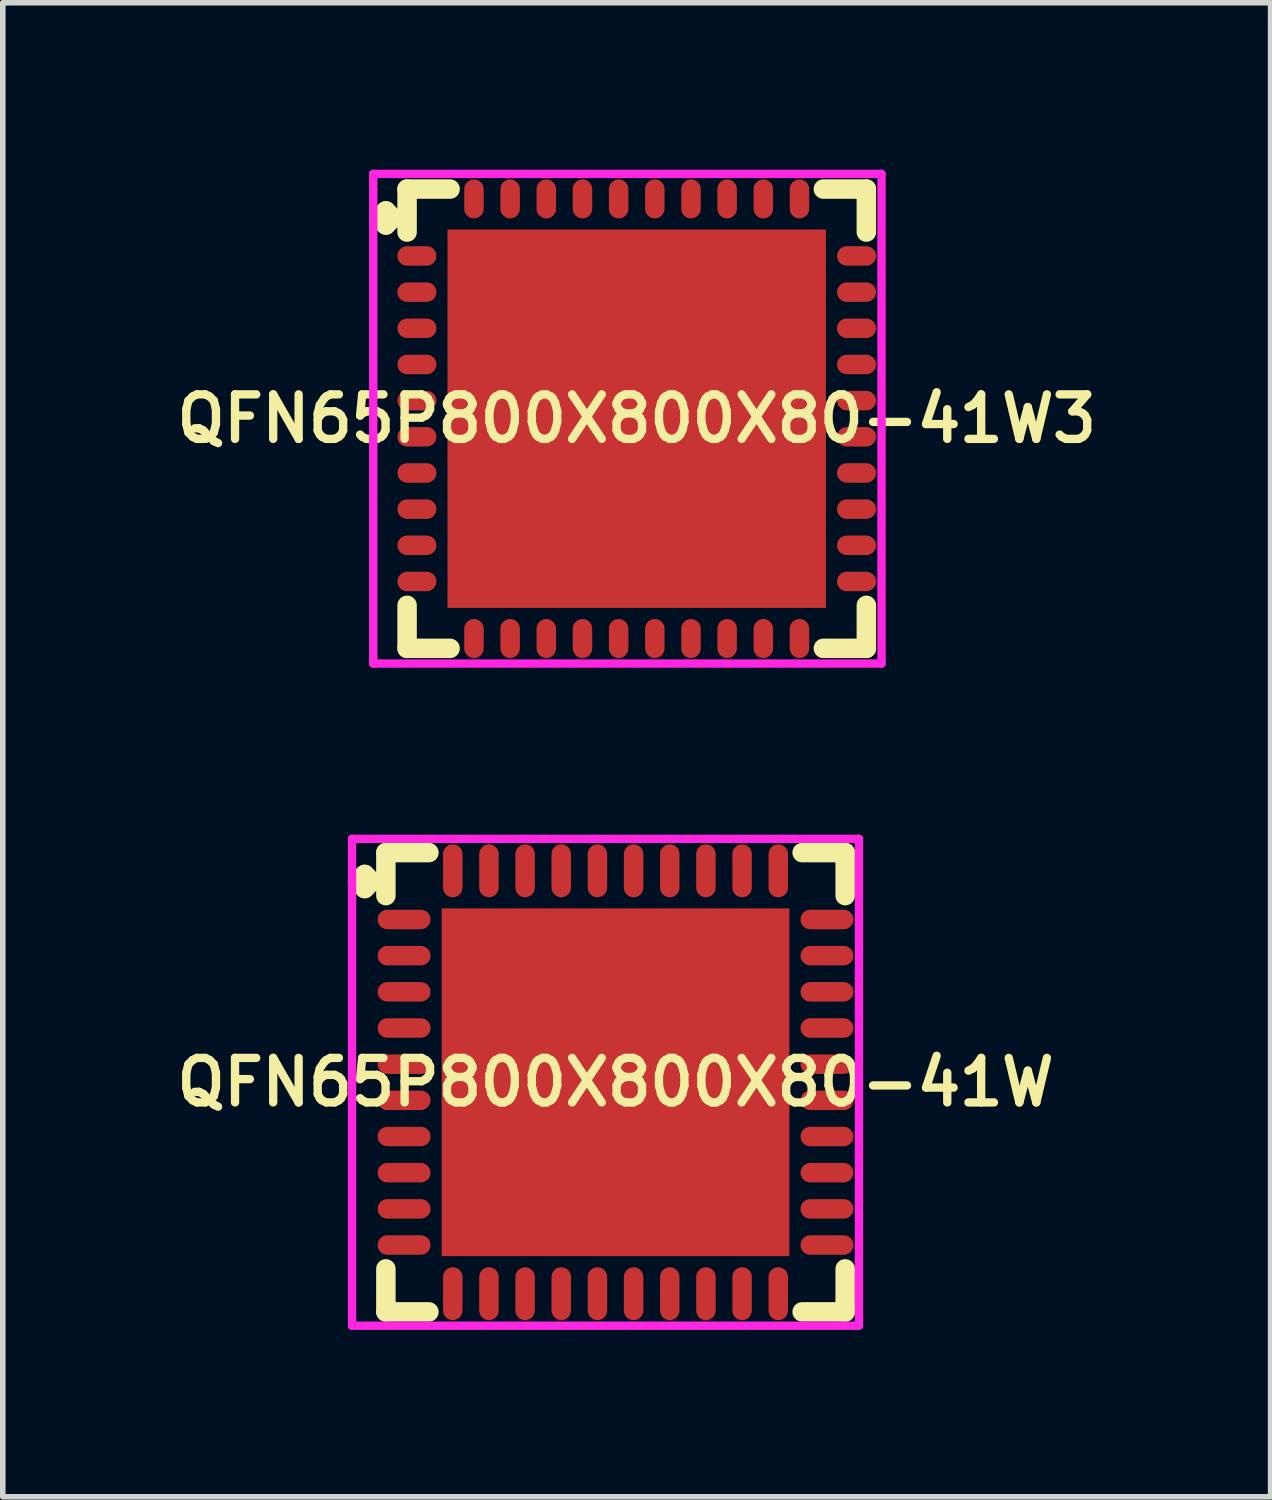
<source format=kicad_pcb>
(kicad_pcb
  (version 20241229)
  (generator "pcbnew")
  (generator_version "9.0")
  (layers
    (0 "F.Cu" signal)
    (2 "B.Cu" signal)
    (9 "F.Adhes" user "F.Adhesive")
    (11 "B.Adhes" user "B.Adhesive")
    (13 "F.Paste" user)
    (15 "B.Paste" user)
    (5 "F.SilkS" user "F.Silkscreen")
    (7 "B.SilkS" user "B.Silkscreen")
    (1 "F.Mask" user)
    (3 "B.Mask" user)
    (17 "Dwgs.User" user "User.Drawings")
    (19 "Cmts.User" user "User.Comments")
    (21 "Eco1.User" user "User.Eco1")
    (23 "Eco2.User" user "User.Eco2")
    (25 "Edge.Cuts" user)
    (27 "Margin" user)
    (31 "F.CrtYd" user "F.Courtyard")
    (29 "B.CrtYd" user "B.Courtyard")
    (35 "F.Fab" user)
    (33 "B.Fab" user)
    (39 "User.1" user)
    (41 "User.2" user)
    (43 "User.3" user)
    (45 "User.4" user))
  (footprint "QFN65P800X800X80-41W"
    (layer "F.Cu")
    (at 8.012 16.4)
    (property "Reference" "QFN65P800X800X80-41W" (at 0 0 0) (layer "F.SilkS") (effects (font (size 0.8 0.8) (thickness 0.15))))
    (attr through_hole)
    (fp_line (start -4.635 -3.608) (end -4.508 -3.735) (stroke (width 0.35) (type solid)) (layer "F.SilkS"))
    (fp_line (start -4.508 -3.735) (end -4.381 -3.608) (stroke (width 0.35) (type solid)) (layer "F.SilkS"))
    (fp_line (start -4.508 -3.481) (end -4.635 -3.608) (stroke (width 0.35) (type solid)) (layer "F.SilkS"))
    (fp_line (start -4.381 -3.608) (end -4.508 -3.481) (stroke (width 0.35) (type solid)) (layer "F.SilkS"))
    (fp_line (start -4.127 -4.127) (end -3.354 -4.127) (stroke (width 0.35) (type solid)) (layer "F.SilkS"))
    (fp_line (start -4.127 -3.354) (end -4.127 -4.127) (stroke (width 0.35) (type solid)) (layer "F.SilkS"))
    (fp_line (start -4.127 3.354) (end -4.127 4.127) (stroke (width 0.35) (type solid)) (layer "F.SilkS"))
    (fp_line (start -4.127 4.127) (end -3.354 4.127) (stroke (width 0.35) (type solid)) (layer "F.SilkS"))
    (fp_line (start 3.354 -4.127) (end 4.127 -4.127) (stroke (width 0.35) (type solid)) (layer "F.SilkS"))
    (fp_line (start 3.354 4.127) (end 4.127 4.127) (stroke (width 0.35) (type solid)) (layer "F.SilkS"))
    (fp_line (start 4.127 -4.127) (end 4.127 -3.354) (stroke (width 0.35) (type solid)) (layer "F.SilkS"))
    (fp_line (start 4.127 4.127) (end 4.127 3.354) (stroke (width 0.35) (type solid)) (layer "F.SilkS"))
    (fp_line (start -4.735 -4.375) (end 4.375 -4.375) (stroke (width 0.15) (type solid)) (layer "F.CrtYd"))
    (fp_line (start -4.735 4.375) (end -4.735 -4.375) (stroke (width 0.15) (type solid)) (layer "F.CrtYd"))
    (fp_line (start 4.375 -4.375) (end 4.375 4.375) (stroke (width 0.15) (type solid)) (layer "F.CrtYd"))
    (fp_line (start 4.375 4.375) (end -4.735 4.375) (stroke (width 0.15) (type solid)) (layer "F.CrtYd"))
    (pad "1" smd oval (at -3.8 -2.925) (size 0.95 0.35) (layers "F.Cu" "F.Mask" "F.Paste"))
    (pad "2" smd oval (at -3.8 -2.275) (size 0.95 0.35) (layers "F.Cu" "F.Mask" "F.Paste"))
    (pad "3" smd oval (at -3.8 -1.625) (size 0.95 0.35) (layers "F.Cu" "F.Mask" "F.Paste"))
    (pad "4" smd oval (at -3.8 -0.975) (size 0.95 0.35) (layers "F.Cu" "F.Mask" "F.Paste"))
    (pad "5" smd oval (at -3.8 -0.325) (size 0.95 0.35) (layers "F.Cu" "F.Mask" "F.Paste"))
    (pad "6" smd oval (at -3.8 0.325) (size 0.95 0.35) (layers "F.Cu" "F.Mask" "F.Paste"))
    (pad "7" smd oval (at -3.8 0.975) (size 0.95 0.35) (layers "F.Cu" "F.Mask" "F.Paste"))
    (pad "8" smd oval (at -3.8 1.625) (size 0.95 0.35) (layers "F.Cu" "F.Mask" "F.Paste"))
    (pad "9" smd oval (at -3.8 2.275) (size 0.95 0.35) (layers "F.Cu" "F.Mask" "F.Paste"))
    (pad "10" smd oval (at -3.8 2.925) (size 0.95 0.35) (layers "F.Cu" "F.Mask" "F.Paste"))
    (pad "11" smd oval (at -2.925 3.8) (size 0.35 0.95) (layers "F.Cu" "F.Mask" "F.Paste"))
    (pad "12" smd oval (at -2.275 3.8) (size 0.35 0.95) (layers "F.Cu" "F.Mask" "F.Paste"))
    (pad "13" smd oval (at -1.625 3.8) (size 0.35 0.95) (layers "F.Cu" "F.Mask" "F.Paste"))
    (pad "14" smd oval (at -0.975 3.8) (size 0.35 0.95) (layers "F.Cu" "F.Mask" "F.Paste"))
    (pad "15" smd oval (at -0.325 3.8) (size 0.35 0.95) (layers "F.Cu" "F.Mask" "F.Paste"))
    (pad "16" smd oval (at 0.325 3.8) (size 0.35 0.95) (layers "F.Cu" "F.Mask" "F.Paste"))
    (pad "17" smd oval (at 0.975 3.8) (size 0.35 0.95) (layers "F.Cu" "F.Mask" "F.Paste"))
    (pad "18" smd oval (at 1.625 3.8) (size 0.35 0.95) (layers "F.Cu" "F.Mask" "F.Paste"))
    (pad "19" smd oval (at 2.275 3.8) (size 0.35 0.95) (layers "F.Cu" "F.Mask" "F.Paste"))
    (pad "20" smd oval (at 2.925 3.8) (size 0.35 0.95) (layers "F.Cu" "F.Mask" "F.Paste"))
    (pad "21" smd oval (at 3.8 2.925) (size 0.95 0.35) (layers "F.Cu" "F.Mask" "F.Paste"))
    (pad "22" smd oval (at 3.8 2.275) (size 0.95 0.35) (layers "F.Cu" "F.Mask" "F.Paste"))
    (pad "23" smd oval (at 3.8 1.625) (size 0.95 0.35) (layers "F.Cu" "F.Mask" "F.Paste"))
    (pad "24" smd oval (at 3.8 0.975) (size 0.95 0.35) (layers "F.Cu" "F.Mask" "F.Paste"))
    (pad "25" smd oval (at 3.8 0.325) (size 0.95 0.35) (layers "F.Cu" "F.Mask" "F.Paste"))
    (pad "26" smd oval (at 3.8 -0.325) (size 0.95 0.35) (layers "F.Cu" "F.Mask" "F.Paste"))
    (pad "27" smd oval (at 3.8 -0.975) (size 0.95 0.35) (layers "F.Cu" "F.Mask" "F.Paste"))
    (pad "28" smd oval (at 3.8 -1.625) (size 0.95 0.35) (layers "F.Cu" "F.Mask" "F.Paste"))
    (pad "29" smd oval (at 3.8 -2.275) (size 0.95 0.35) (layers "F.Cu" "F.Mask" "F.Paste"))
    (pad "30" smd oval (at 3.8 -2.925) (size 0.95 0.35) (layers "F.Cu" "F.Mask" "F.Paste"))
    (pad "31" smd oval (at 2.925 -3.8) (size 0.35 0.95) (layers "F.Cu" "F.Mask" "F.Paste"))
    (pad "32" smd oval (at 2.275 -3.8) (size 0.35 0.95) (layers "F.Cu" "F.Mask" "F.Paste"))
    (pad "33" smd oval (at 1.625 -3.8) (size 0.35 0.95) (layers "F.Cu" "F.Mask" "F.Paste"))
    (pad "34" smd oval (at 0.975 -3.8) (size 0.35 0.95) (layers "F.Cu" "F.Mask" "F.Paste"))
    (pad "35" smd oval (at 0.325 -3.8) (size 0.35 0.95) (layers "F.Cu" "F.Mask" "F.Paste"))
    (pad "36" smd oval (at -0.325 -3.8) (size 0.35 0.95) (layers "F.Cu" "F.Mask" "F.Paste"))
    (pad "37" smd oval (at -0.975 -3.8) (size 0.35 0.95) (layers "F.Cu" "F.Mask" "F.Paste"))
    (pad "38" smd oval (at -1.625 -3.8) (size 0.35 0.95) (layers "F.Cu" "F.Mask" "F.Paste"))
    (pad "39" smd oval (at -2.275 -3.8) (size 0.35 0.95) (layers "F.Cu" "F.Mask" "F.Paste"))
    (pad "40" smd oval (at -2.925 -3.8) (size 0.35 0.95) (layers "F.Cu" "F.Mask" "F.Paste"))
    (pad "41" smd rect (at 0 0) (size 6.25 6.25) (layers "F.Cu" "F.Mask" "F.Paste")))
  (footprint "QFN65P800X800X80-41W3"
    (layer "F.Cu")
    (at 8.393 4.475)
    (property "Reference" "QFN65P800X800X80-41W3" (at 0 0 0) (layer "F.SilkS") (effects (font (size 0.8 0.8) (thickness 0.15))))
    (attr smd)
    (fp_line (start -4.635 -3.608) (end -4.508 -3.735) (stroke (width 0.35) (type solid)) (layer "F.SilkS"))
    (fp_line (start -4.508 -3.735) (end -4.381 -3.608) (stroke (width 0.35) (type solid)) (layer "F.SilkS"))
    (fp_line (start -4.508 -3.481) (end -4.635 -3.608) (stroke (width 0.35) (type solid)) (layer "F.SilkS"))
    (fp_line (start -4.381 -3.608) (end -4.508 -3.481) (stroke (width 0.35) (type solid)) (layer "F.SilkS"))
    (fp_line (start -4.127 -4.127) (end -3.354 -4.127) (stroke (width 0.35) (type solid)) (layer "F.SilkS"))
    (fp_line (start -4.127 -3.354) (end -4.127 -4.127) (stroke (width 0.35) (type solid)) (layer "F.SilkS"))
    (fp_line (start -4.127 3.354) (end -4.127 4.127) (stroke (width 0.35) (type solid)) (layer "F.SilkS"))
    (fp_line (start -4.127 4.127) (end -3.354 4.127) (stroke (width 0.35) (type solid)) (layer "F.SilkS"))
    (fp_line (start 3.354 -4.127) (end 4.127 -4.127) (stroke (width 0.35) (type solid)) (layer "F.SilkS"))
    (fp_line (start 3.354 4.127) (end 4.127 4.127) (stroke (width 0.35) (type solid)) (layer "F.SilkS"))
    (fp_line (start 4.127 -4.127) (end 4.127 -3.354) (stroke (width 0.35) (type solid)) (layer "F.SilkS"))
    (fp_line (start 4.127 4.127) (end 4.127 3.354) (stroke (width 0.35) (type solid)) (layer "F.SilkS"))
    (fp_line (start -4.735 -4.4) (end 4.4 -4.4) (stroke (width 0.15) (type solid)) (layer "F.CrtYd"))
    (fp_line (start -4.735 4.4) (end -4.735 -4.4) (stroke (width 0.15) (type solid)) (layer "F.CrtYd"))
    (fp_line (start 4.4 -4.4) (end 4.4 4.4) (stroke (width 0.15) (type solid)) (layer "F.CrtYd"))
    (fp_line (start 4.4 4.4) (end -4.735 4.4) (stroke (width 0.15) (type solid)) (layer "F.CrtYd"))
    (pad "1" smd oval (at -3.95 -2.925) (size 0.7 0.35) (layers "F.Cu" "F.Mask" "F.Paste"))
    (pad "2" smd oval (at -3.95 -2.275) (size 0.7 0.35) (layers "F.Cu" "F.Mask" "F.Paste"))
    (pad "3" smd oval (at -3.95 -1.625) (size 0.7 0.35) (layers "F.Cu" "F.Mask" "F.Paste"))
    (pad "4" smd oval (at -3.95 -0.975) (size 0.7 0.35) (layers "F.Cu" "F.Mask" "F.Paste"))
    (pad "5" smd oval (at -3.95 -0.325) (size 0.7 0.35) (layers "F.Cu" "F.Mask" "F.Paste"))
    (pad "6" smd oval (at -3.95 0.325) (size 0.7 0.35) (layers "F.Cu" "F.Mask" "F.Paste"))
    (pad "7" smd oval (at -3.95 0.975) (size 0.7 0.35) (layers "F.Cu" "F.Mask" "F.Paste"))
    (pad "8" smd oval (at -3.95 1.625) (size 0.7 0.35) (layers "F.Cu" "F.Mask" "F.Paste"))
    (pad "9" smd oval (at -3.95 2.275) (size 0.7 0.35) (layers "F.Cu" "F.Mask" "F.Paste"))
    (pad "10" smd oval (at -3.95 2.925) (size 0.7 0.35) (layers "F.Cu" "F.Mask" "F.Paste"))
    (pad "11" smd oval (at -2.925 3.95) (size 0.35 0.7) (layers "F.Cu" "F.Mask" "F.Paste"))
    (pad "12" smd oval (at -2.275 3.95) (size 0.35 0.7) (layers "F.Cu" "F.Mask" "F.Paste"))
    (pad "13" smd oval (at -1.625 3.95) (size 0.35 0.7) (layers "F.Cu" "F.Mask" "F.Paste"))
    (pad "14" smd oval (at -0.975 3.95) (size 0.35 0.7) (layers "F.Cu" "F.Mask" "F.Paste"))
    (pad "15" smd oval (at -0.325 3.95) (size 0.35 0.7) (layers "F.Cu" "F.Mask" "F.Paste"))
    (pad "16" smd oval (at 0.325 3.95) (size 0.35 0.7) (layers "F.Cu" "F.Mask" "F.Paste"))
    (pad "17" smd oval (at 0.975 3.95) (size 0.35 0.7) (layers "F.Cu" "F.Mask" "F.Paste"))
    (pad "18" smd oval (at 1.625 3.95) (size 0.35 0.7) (layers "F.Cu" "F.Mask" "F.Paste"))
    (pad "19" smd oval (at 2.275 3.95) (size 0.35 0.7) (layers "F.Cu" "F.Mask" "F.Paste"))
    (pad "20" smd oval (at 2.925 3.95) (size 0.35 0.7) (layers "F.Cu" "F.Mask" "F.Paste"))
    (pad "21" smd oval (at 3.95 2.925) (size 0.7 0.35) (layers "F.Cu" "F.Mask" "F.Paste"))
    (pad "22" smd oval (at 3.95 2.275) (size 0.7 0.35) (layers "F.Cu" "F.Mask" "F.Paste"))
    (pad "23" smd oval (at 3.95 1.625) (size 0.7 0.35) (layers "F.Cu" "F.Mask" "F.Paste"))
    (pad "24" smd oval (at 3.95 0.975) (size 0.7 0.35) (layers "F.Cu" "F.Mask" "F.Paste"))
    (pad "25" smd oval (at 3.95 0.325) (size 0.7 0.35) (layers "F.Cu" "F.Mask" "F.Paste"))
    (pad "26" smd oval (at 3.95 -0.325) (size 0.7 0.35) (layers "F.Cu" "F.Mask" "F.Paste"))
    (pad "27" smd oval (at 3.95 -0.975) (size 0.7 0.35) (layers "F.Cu" "F.Mask" "F.Paste"))
    (pad "28" smd oval (at 3.95 -1.625) (size 0.7 0.35) (layers "F.Cu" "F.Mask" "F.Paste"))
    (pad "29" smd oval (at 3.95 -2.275) (size 0.7 0.35) (layers "F.Cu" "F.Mask" "F.Paste"))
    (pad "30" smd oval (at 3.95 -2.925) (size 0.7 0.35) (layers "F.Cu" "F.Mask" "F.Paste"))
    (pad "31" smd oval (at 2.925 -3.95) (size 0.35 0.7) (layers "F.Cu" "F.Mask" "F.Paste"))
    (pad "32" smd oval (at 2.275 -3.95) (size 0.35 0.7) (layers "F.Cu" "F.Mask" "F.Paste"))
    (pad "33" smd oval (at 1.625 -3.95) (size 0.35 0.7) (layers "F.Cu" "F.Mask" "F.Paste"))
    (pad "34" smd oval (at 0.975 -3.95) (size 0.35 0.7) (layers "F.Cu" "F.Mask" "F.Paste"))
    (pad "35" smd oval (at 0.325 -3.95) (size 0.35 0.7) (layers "F.Cu" "F.Mask" "F.Paste"))
    (pad "36" smd oval (at -0.325 -3.95) (size 0.35 0.7) (layers "F.Cu" "F.Mask" "F.Paste"))
    (pad "37" smd oval (at -0.975 -3.95) (size 0.35 0.7) (layers "F.Cu" "F.Mask" "F.Paste"))
    (pad "38" smd oval (at -1.625 -3.95) (size 0.35 0.7) (layers "F.Cu" "F.Mask" "F.Paste"))
    (pad "39" smd oval (at -2.275 -3.95) (size 0.35 0.7) (layers "F.Cu" "F.Mask" "F.Paste"))
    (pad "40" smd oval (at -2.925 -3.95) (size 0.35 0.7) (layers "F.Cu" "F.Mask" "F.Paste"))
    (pad "41" smd rect (at 0 0) (size 6.8 6.8) (layers "F.Cu" "F.Mask" "F.Paste")))
  (gr_rect
    (start -3 -3)
    (end 19.785 23.85)
    (stroke (width 0.1) (type default))
    (fill no)
    (layer "Edge.Cuts")))
</source>
